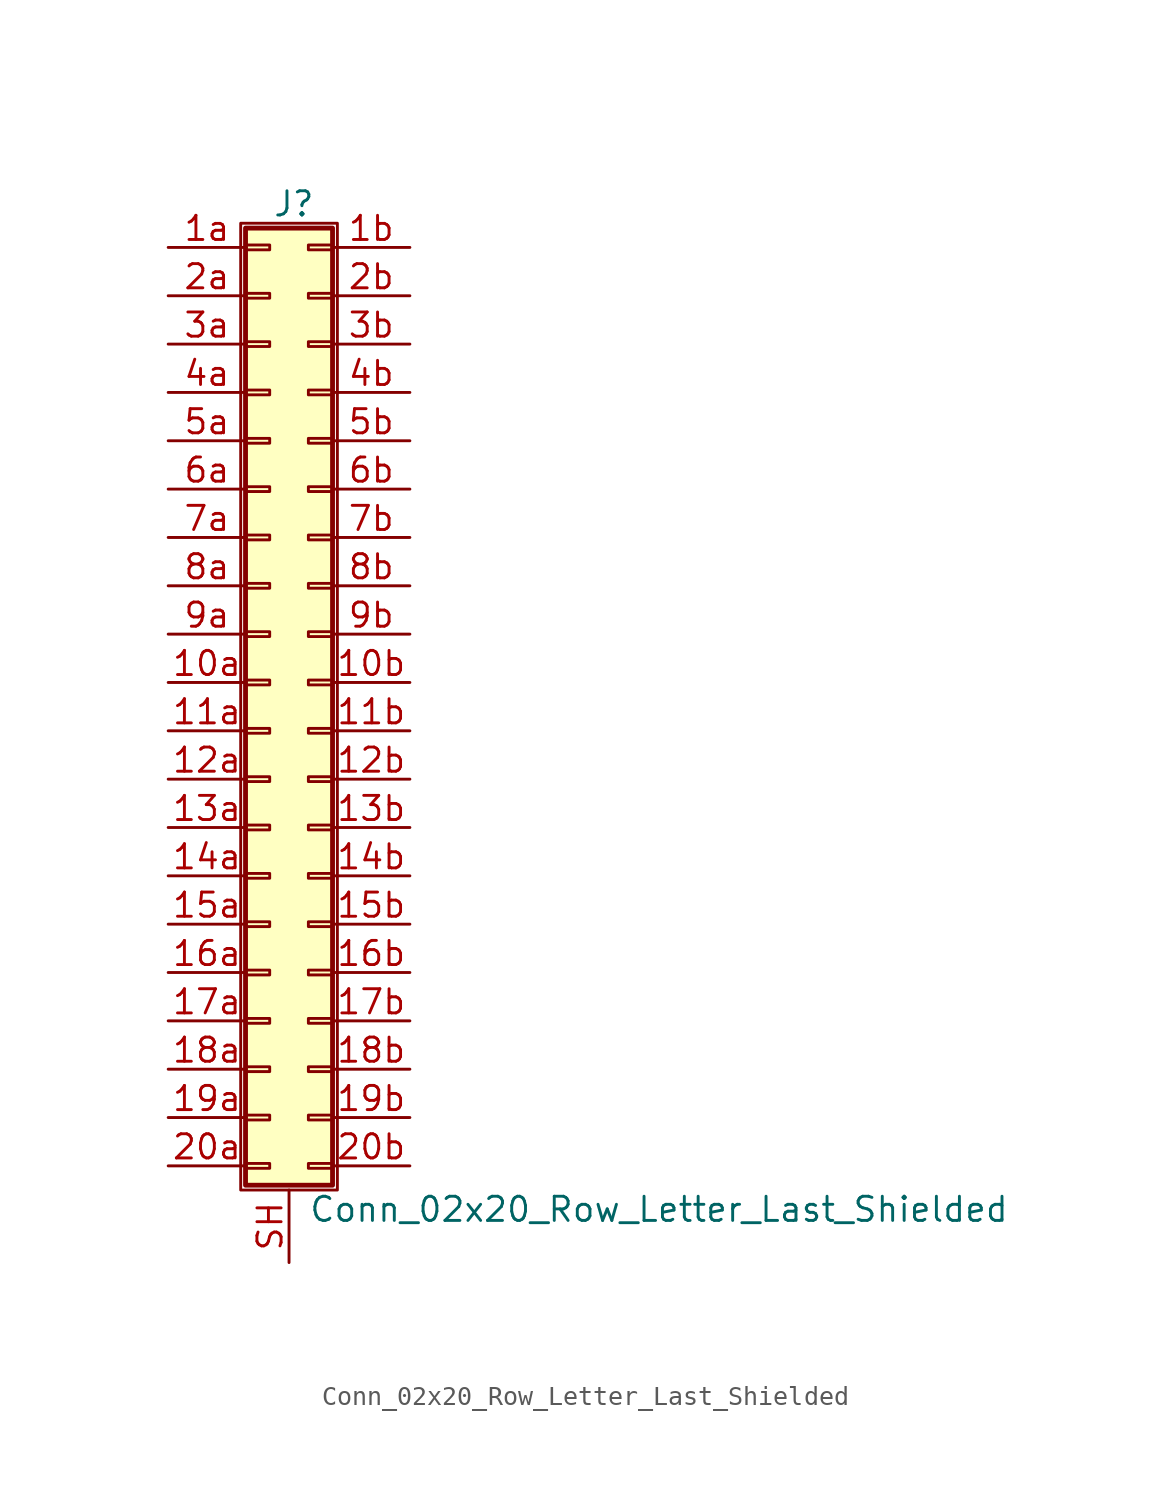
<source format=kicad_sym>
(kicad_symbol_lib
  (version 20211014)
  (generator kicad_symbol_editor)
  (symbol "Conn_02x20_Row_Letter_Last_Shielded"
    (pin_names
      (offset 1.016) hide)
    (property "Reference" "J"
      (at 1.524 25.146 0)
      (effects (font (size 1.27 1.27))))
    (property "Value" "Conn_02x20_Row_Letter_Last_Shielded"
      (at 2.286 -27.686 0)
      (effects (font (size 1.27 1.27)) (justify left)))
    (symbol "Conn_02x20_Row_Letter_Last_Shielded_1_1"
      (rectangle (start -1.27 24.13) (end 3.81 -26.67) (stroke (width 0.152) (type default) (color 0 0 0 0)) (fill (type none)))
      (rectangle (start -1.016 -25.273) (end 0.254 -25.527) (stroke (width 0.152) (type default) (color 0 0 0 0)) (fill (type none)))
      (rectangle (start -1.016 -22.733) (end 0.254 -22.987) (stroke (width 0.152) (type default) (color 0 0 0 0)) (fill (type none)))
      (rectangle (start -1.016 -20.193) (end 0.254 -20.447) (stroke (width 0.152) (type default) (color 0 0 0 0)) (fill (type none)))
      (rectangle (start -1.016 -17.653) (end 0.254 -17.907) (stroke (width 0.152) (type default) (color 0 0 0 0)) (fill (type none)))
      (rectangle (start -1.016 -15.113) (end 0.254 -15.367) (stroke (width 0.152) (type default) (color 0 0 0 0)) (fill (type none)))
      (rectangle (start -1.016 -12.573) (end 0.254 -12.827) (stroke (width 0.152) (type default) (color 0 0 0 0)) (fill (type none)))
      (rectangle (start -1.016 -10.033) (end 0.254 -10.287) (stroke (width 0.152) (type default) (color 0 0 0 0)) (fill (type none)))
      (rectangle (start -1.016 -7.493) (end 0.254 -7.747) (stroke (width 0.152) (type default) (color 0 0 0 0)) (fill (type none)))
      (rectangle (start -1.016 -4.953) (end 0.254 -5.207) (stroke (width 0.152) (type default) (color 0 0 0 0)) (fill (type none)))
      (rectangle (start -1.016 -2.413) (end 0.254 -2.667) (stroke (width 0.152) (type default) (color 0 0 0 0)) (fill (type none)))
      (rectangle (start -1.016 0.127) (end 0.254 -0.127) (stroke (width 0.152) (type default) (color 0 0 0 0)) (fill (type none)))
      (rectangle (start -1.016 2.667) (end 0.254 2.413) (stroke (width 0.152) (type default) (color 0 0 0 0)) (fill (type none)))
      (rectangle (start -1.016 5.207) (end 0.254 4.953) (stroke (width 0.152) (type default) (color 0 0 0 0)) (fill (type none)))
      (rectangle (start -1.016 7.747) (end 0.254 7.493) (stroke (width 0.152) (type default) (color 0 0 0 0)) (fill (type none)))
      (rectangle (start -1.016 10.287) (end 0.254 10.033) (stroke (width 0.152) (type default) (color 0 0 0 0)) (fill (type none)))
      (rectangle (start -1.016 12.827) (end 0.254 12.573) (stroke (width 0.152) (type default) (color 0 0 0 0)) (fill (type none)))
      (rectangle (start -1.016 15.367) (end 0.254 15.113) (stroke (width 0.152) (type default) (color 0 0 0 0)) (fill (type none)))
      (rectangle (start -1.016 17.907) (end 0.254 17.653) (stroke (width 0.152) (type default) (color 0 0 0 0)) (fill (type none)))
      (rectangle (start -1.016 20.447) (end 0.254 20.193) (stroke (width 0.152) (type default) (color 0 0 0 0)) (fill (type none)))
      (rectangle (start -1.016 22.987) (end 0.254 22.733) (stroke (width 0.152) (type default) (color 0 0 0 0)) (fill (type none)))
      (rectangle (start -1.016 23.876) (end 3.556 -26.416) (stroke (width 0.254) (type default) (color 0 0 0 0)) (fill (type background)))
      (rectangle (start 3.556 -25.273) (end 2.286 -25.527) (stroke (width 0.152) (type default) (color 0 0 0 0)) (fill (type none)))
      (rectangle (start 3.556 -22.733) (end 2.286 -22.987) (stroke (width 0.152) (type default) (color 0 0 0 0)) (fill (type none)))
      (rectangle (start 3.556 -20.193) (end 2.286 -20.447) (stroke (width 0.152) (type default) (color 0 0 0 0)) (fill (type none)))
      (rectangle (start 3.556 -17.653) (end 2.286 -17.907) (stroke (width 0.152) (type default) (color 0 0 0 0)) (fill (type none)))
      (rectangle (start 3.556 -15.113) (end 2.286 -15.367) (stroke (width 0.152) (type default) (color 0 0 0 0)) (fill (type none)))
      (rectangle (start 3.556 -12.573) (end 2.286 -12.827) (stroke (width 0.152) (type default) (color 0 0 0 0)) (fill (type none)))
      (rectangle (start 3.556 -10.033) (end 2.286 -10.287) (stroke (width 0.152) (type default) (color 0 0 0 0)) (fill (type none)))
      (rectangle (start 3.556 -7.493) (end 2.286 -7.747) (stroke (width 0.152) (type default) (color 0 0 0 0)) (fill (type none)))
      (rectangle (start 3.556 -4.953) (end 2.286 -5.207) (stroke (width 0.152) (type default) (color 0 0 0 0)) (fill (type none)))
      (rectangle (start 3.556 -2.413) (end 2.286 -2.667) (stroke (width 0.152) (type default) (color 0 0 0 0)) (fill (type none)))
      (rectangle (start 3.556 0.127) (end 2.286 -0.127) (stroke (width 0.152) (type default) (color 0 0 0 0)) (fill (type none)))
      (rectangle (start 3.556 2.667) (end 2.286 2.413) (stroke (width 0.152) (type default) (color 0 0 0 0)) (fill (type none)))
      (rectangle (start 3.556 5.207) (end 2.286 4.953) (stroke (width 0.152) (type default) (color 0 0 0 0)) (fill (type none)))
      (rectangle (start 3.556 7.747) (end 2.286 7.493) (stroke (width 0.152) (type default) (color 0 0 0 0)) (fill (type none)))
      (rectangle (start 3.556 10.287) (end 2.286 10.033) (stroke (width 0.152) (type default) (color 0 0 0 0)) (fill (type none)))
      (rectangle (start 3.556 12.827) (end 2.286 12.573) (stroke (width 0.152) (type default) (color 0 0 0 0)) (fill (type none)))
      (rectangle (start 3.556 15.367) (end 2.286 15.113) (stroke (width 0.152) (type default) (color 0 0 0 0)) (fill (type none)))
      (rectangle (start 3.556 17.907) (end 2.286 17.653) (stroke (width 0.152) (type default) (color 0 0 0 0)) (fill (type none)))
      (rectangle (start 3.556 20.447) (end 2.286 20.193) (stroke (width 0.152) (type default) (color 0 0 0 0)) (fill (type none)))
      (rectangle (start 3.556 22.987) (end 2.286 22.733) (stroke (width 0.152) (type default) (color 0 0 0 0)) (fill (type none)))
      (pin passive line (at -5.08 0 0) (length 4.064) (name "Pin_10a" (effects (font (size 1.27 1.27)))) (number "10a" (effects (font (size 1.27 1.27)))))
      (pin passive line (at 7.62 0 180) (length 4.064) (name "Pin_10b" (effects (font (size 1.27 1.27)))) (number "10b" (effects (font (size 1.27 1.27)))))
      (pin passive line (at -5.08 -2.54 0) (length 4.064) (name "Pin_11a" (effects (font (size 1.27 1.27)))) (number "11a" (effects (font (size 1.27 1.27)))))
      (pin passive line (at 7.62 -2.54 180) (length 4.064) (name "Pin_11b" (effects (font (size 1.27 1.27)))) (number "11b" (effects (font (size 1.27 1.27)))))
      (pin passive line (at -5.08 -5.08 0) (length 4.064) (name "Pin_12a" (effects (font (size 1.27 1.27)))) (number "12a" (effects (font (size 1.27 1.27)))))
      (pin passive line (at 7.62 -5.08 180) (length 4.064) (name "Pin_12b" (effects (font (size 1.27 1.27)))) (number "12b" (effects (font (size 1.27 1.27)))))
      (pin passive line (at -5.08 -7.62 0) (length 4.064) (name "Pin_13a" (effects (font (size 1.27 1.27)))) (number "13a" (effects (font (size 1.27 1.27)))))
      (pin passive line (at 7.62 -7.62 180) (length 4.064) (name "Pin_13b" (effects (font (size 1.27 1.27)))) (number "13b" (effects (font (size 1.27 1.27)))))
      (pin passive line (at -5.08 -10.16 0) (length 4.064) (name "Pin_14a" (effects (font (size 1.27 1.27)))) (number "14a" (effects (font (size 1.27 1.27)))))
      (pin passive line (at 7.62 -10.16 180) (length 4.064) (name "Pin_14b" (effects (font (size 1.27 1.27)))) (number "14b" (effects (font (size 1.27 1.27)))))
      (pin passive line (at -5.08 -12.7 0) (length 4.064) (name "Pin_15a" (effects (font (size 1.27 1.27)))) (number "15a" (effects (font (size 1.27 1.27)))))
      (pin passive line (at 7.62 -12.7 180) (length 4.064) (name "Pin_15b" (effects (font (size 1.27 1.27)))) (number "15b" (effects (font (size 1.27 1.27)))))
      (pin passive line (at -5.08 -15.24 0) (length 4.064) (name "Pin_16a" (effects (font (size 1.27 1.27)))) (number "16a" (effects (font (size 1.27 1.27)))))
      (pin passive line (at 7.62 -15.24 180) (length 4.064) (name "Pin_16b" (effects (font (size 1.27 1.27)))) (number "16b" (effects (font (size 1.27 1.27)))))
      (pin passive line (at -5.08 -17.78 0) (length 4.064) (name "Pin_17a" (effects (font (size 1.27 1.27)))) (number "17a" (effects (font (size 1.27 1.27)))))
      (pin passive line (at 7.62 -17.78 180) (length 4.064) (name "Pin_17b" (effects (font (size 1.27 1.27)))) (number "17b" (effects (font (size 1.27 1.27)))))
      (pin passive line (at -5.08 -20.32 0) (length 4.064) (name "Pin_18a" (effects (font (size 1.27 1.27)))) (number "18a" (effects (font (size 1.27 1.27)))))
      (pin passive line (at 7.62 -20.32 180) (length 4.064) (name "Pin_18b" (effects (font (size 1.27 1.27)))) (number "18b" (effects (font (size 1.27 1.27)))))
      (pin passive line (at -5.08 -22.86 0) (length 4.064) (name "Pin_19a" (effects (font (size 1.27 1.27)))) (number "19a" (effects (font (size 1.27 1.27)))))
      (pin passive line (at 7.62 -22.86 180) (length 4.064) (name "Pin_19b" (effects (font (size 1.27 1.27)))) (number "19b" (effects (font (size 1.27 1.27)))))
      (pin passive line (at -5.08 22.86 0) (length 4.064) (name "Pin_1a" (effects (font (size 1.27 1.27)))) (number "1a" (effects (font (size 1.27 1.27)))))
      (pin passive line (at 7.62 22.86 180) (length 4.064) (name "Pin_1b" (effects (font (size 1.27 1.27)))) (number "1b" (effects (font (size 1.27 1.27)))))
      (pin passive line (at -5.08 -25.4 0) (length 4.064) (name "Pin_20a" (effects (font (size 1.27 1.27)))) (number "20a" (effects (font (size 1.27 1.27)))))
      (pin passive line (at 7.62 -25.4 180) (length 4.064) (name "Pin_20b" (effects (font (size 1.27 1.27)))) (number "20b" (effects (font (size 1.27 1.27)))))
      (pin passive line (at -5.08 20.32 0) (length 4.064) (name "Pin_2a" (effects (font (size 1.27 1.27)))) (number "2a" (effects (font (size 1.27 1.27)))))
      (pin passive line (at 7.62 20.32 180) (length 4.064) (name "Pin_2b" (effects (font (size 1.27 1.27)))) (number "2b" (effects (font (size 1.27 1.27)))))
      (pin passive line (at -5.08 17.78 0) (length 4.064) (name "Pin_3a" (effects (font (size 1.27 1.27)))) (number "3a" (effects (font (size 1.27 1.27)))))
      (pin passive line (at 7.62 17.78 180) (length 4.064) (name "Pin_3b" (effects (font (size 1.27 1.27)))) (number "3b" (effects (font (size 1.27 1.27)))))
      (pin passive line (at -5.08 15.24 0) (length 4.064) (name "Pin_4a" (effects (font (size 1.27 1.27)))) (number "4a" (effects (font (size 1.27 1.27)))))
      (pin passive line (at 7.62 15.24 180) (length 4.064) (name "Pin_4b" (effects (font (size 1.27 1.27)))) (number "4b" (effects (font (size 1.27 1.27)))))
      (pin passive line (at -5.08 12.7 0) (length 4.064) (name "Pin_5a" (effects (font (size 1.27 1.27)))) (number "5a" (effects (font (size 1.27 1.27)))))
      (pin passive line (at 7.62 12.7 180) (length 4.064) (name "Pin_5b" (effects (font (size 1.27 1.27)))) (number "5b" (effects (font (size 1.27 1.27)))))
      (pin passive line (at -5.08 10.16 0) (length 4.064) (name "Pin_6a" (effects (font (size 1.27 1.27)))) (number "6a" (effects (font (size 1.27 1.27)))))
      (pin passive line (at 7.62 10.16 180) (length 4.064) (name "Pin_6b" (effects (font (size 1.27 1.27)))) (number "6b" (effects (font (size 1.27 1.27)))))
      (pin passive line (at -5.08 7.62 0) (length 4.064) (name "Pin_7a" (effects (font (size 1.27 1.27)))) (number "7a" (effects (font (size 1.27 1.27)))))
      (pin passive line (at 7.62 7.62 180) (length 4.064) (name "Pin_7b" (effects (font (size 1.27 1.27)))) (number "7b" (effects (font (size 1.27 1.27)))))
      (pin passive line (at -5.08 5.08 0) (length 4.064) (name "Pin_8a" (effects (font (size 1.27 1.27)))) (number "8a" (effects (font (size 1.27 1.27)))))
      (pin passive line (at 7.62 5.08 180) (length 4.064) (name "Pin_8b" (effects (font (size 1.27 1.27)))) (number "8b" (effects (font (size 1.27 1.27)))))
      (pin passive line (at -5.08 2.54 0) (length 4.064) (name "Pin_9a" (effects (font (size 1.27 1.27)))) (number "9a" (effects (font (size 1.27 1.27)))))
      (pin passive line (at 7.62 2.54 180) (length 4.064) (name "Pin_9b" (effects (font (size 1.27 1.27)))) (number "9b" (effects (font (size 1.27 1.27)))))
      (pin passive line (at 1.27 -30.48 90) (length 3.81) (name "Shield" (effects (font (size 1.27 1.27)))) (number "SH" (effects (font (size 1.27 1.27))))))))
</source>
